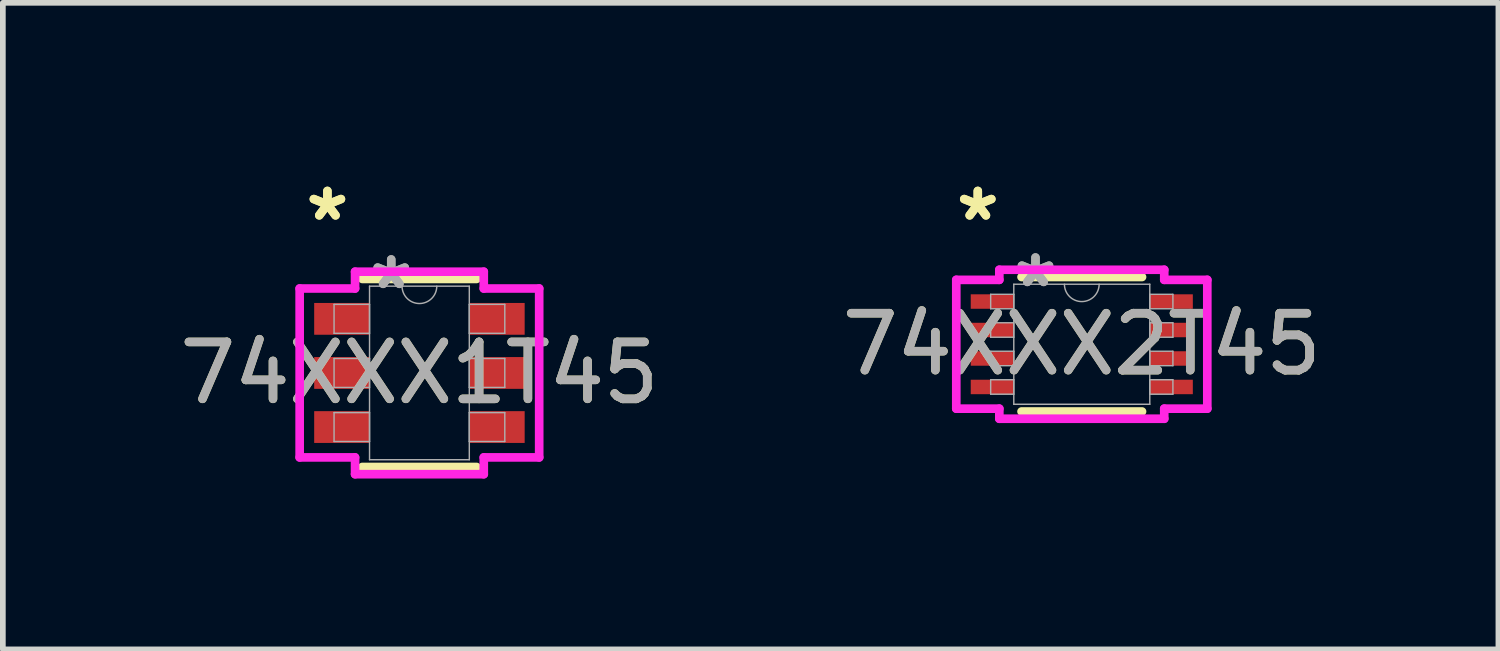
<source format=kicad_pcb>
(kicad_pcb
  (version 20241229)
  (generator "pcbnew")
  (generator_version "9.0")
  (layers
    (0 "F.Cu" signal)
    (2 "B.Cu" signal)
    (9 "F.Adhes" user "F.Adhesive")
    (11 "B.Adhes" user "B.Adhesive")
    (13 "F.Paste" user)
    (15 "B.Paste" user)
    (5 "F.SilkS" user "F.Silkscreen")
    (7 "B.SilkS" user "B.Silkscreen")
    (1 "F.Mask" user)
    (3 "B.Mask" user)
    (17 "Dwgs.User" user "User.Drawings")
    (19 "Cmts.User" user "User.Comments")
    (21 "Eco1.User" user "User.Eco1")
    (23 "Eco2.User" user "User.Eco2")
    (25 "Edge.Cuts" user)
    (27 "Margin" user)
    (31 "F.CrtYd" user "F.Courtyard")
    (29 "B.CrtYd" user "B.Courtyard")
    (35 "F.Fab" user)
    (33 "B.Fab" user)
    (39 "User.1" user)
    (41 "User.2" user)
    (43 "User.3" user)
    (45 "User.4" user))
  (footprint "74XXX1T45"
    (layer "F.Cu")
    (at 4.315 3.499)
    (property "Reference" "74XXX1T45" (at 0 0 0) (unlocked yes) (layer "F.SilkS") (effects (font (size 1 1) (thickness 0.15))))
    (attr smd)
    (fp_line (start -1.003 1.651) (end 1.003 1.651) (stroke (width 0.152) (type solid)) (layer "F.SilkS"))
    (fp_line (start 1.003 -1.651) (end -1.003 -1.651) (stroke (width 0.152) (type solid)) (layer "F.SilkS"))
    (fp_line (start -2.103 -1.483) (end -1.13 -1.483) (stroke (width 0.152) (type solid)) (layer "F.CrtYd"))
    (fp_line (start -2.103 1.483) (end -2.103 -1.483) (stroke (width 0.152) (type solid)) (layer "F.CrtYd"))
    (fp_line (start -2.103 1.483) (end -1.13 1.483) (stroke (width 0.152) (type solid)) (layer "F.CrtYd"))
    (fp_line (start -1.13 -1.778) (end 1.13 -1.778) (stroke (width 0.152) (type solid)) (layer "F.CrtYd"))
    (fp_line (start -1.13 -1.483) (end -1.13 -1.778) (stroke (width 0.152) (type solid)) (layer "F.CrtYd"))
    (fp_line (start -1.13 1.778) (end -1.13 1.483) (stroke (width 0.152) (type solid)) (layer "F.CrtYd"))
    (fp_line (start 1.13 -1.778) (end 1.13 -1.483) (stroke (width 0.152) (type solid)) (layer "F.CrtYd"))
    (fp_line (start 1.13 1.483) (end 1.13 1.778) (stroke (width 0.152) (type solid)) (layer "F.CrtYd"))
    (fp_line (start 1.13 1.778) (end -1.13 1.778) (stroke (width 0.152) (type solid)) (layer "F.CrtYd"))
    (fp_line (start 2.103 -1.483) (end 1.13 -1.483) (stroke (width 0.152) (type solid)) (layer "F.CrtYd"))
    (fp_line (start 2.103 -1.483) (end 2.103 1.483) (stroke (width 0.152) (type solid)) (layer "F.CrtYd"))
    (fp_line (start 2.103 1.483) (end 1.13 1.483) (stroke (width 0.152) (type solid)) (layer "F.CrtYd"))
    (fp_line (start -1.499 -1.204) (end -1.499 -0.696) (stroke (width 0.025) (type solid)) (layer "F.Fab"))
    (fp_line (start -1.499 -0.696) (end -0.876 -0.696) (stroke (width 0.025) (type solid)) (layer "F.Fab"))
    (fp_line (start -1.499 -0.254) (end -1.499 0.254) (stroke (width 0.025) (type solid)) (layer "F.Fab"))
    (fp_line (start -1.499 0.254) (end -0.876 0.254) (stroke (width 0.025) (type solid)) (layer "F.Fab"))
    (fp_line (start -1.499 0.696) (end -1.499 1.204) (stroke (width 0.025) (type solid)) (layer "F.Fab"))
    (fp_line (start -1.499 1.204) (end -0.876 1.204) (stroke (width 0.025) (type solid)) (layer "F.Fab"))
    (fp_line (start -0.876 -1.524) (end -0.876 1.524) (stroke (width 0.025) (type solid)) (layer "F.Fab"))
    (fp_line (start -0.876 -1.204) (end -1.499 -1.204) (stroke (width 0.025) (type solid)) (layer "F.Fab"))
    (fp_line (start -0.876 -0.696) (end -0.876 -1.204) (stroke (width 0.025) (type solid)) (layer "F.Fab"))
    (fp_line (start -0.876 -0.254) (end -1.499 -0.254) (stroke (width 0.025) (type solid)) (layer "F.Fab"))
    (fp_line (start -0.876 0.254) (end -0.876 -0.254) (stroke (width 0.025) (type solid)) (layer "F.Fab"))
    (fp_line (start -0.876 0.696) (end -1.499 0.696) (stroke (width 0.025) (type solid)) (layer "F.Fab"))
    (fp_line (start -0.876 1.204) (end -0.876 0.696) (stroke (width 0.025) (type solid)) (layer "F.Fab"))
    (fp_line (start -0.876 1.524) (end 0.876 1.524) (stroke (width 0.025) (type solid)) (layer "F.Fab"))
    (fp_line (start 0.876 -1.524) (end -0.876 -1.524) (stroke (width 0.025) (type solid)) (layer "F.Fab"))
    (fp_line (start 0.876 -1.204) (end 0.876 -0.696) (stroke (width 0.025) (type solid)) (layer "F.Fab"))
    (fp_line (start 0.876 -0.696) (end 1.499 -0.696) (stroke (width 0.025) (type solid)) (layer "F.Fab"))
    (fp_line (start 0.876 -0.254) (end 0.876 0.254) (stroke (width 0.025) (type solid)) (layer "F.Fab"))
    (fp_line (start 0.876 0.254) (end 1.499 0.254) (stroke (width 0.025) (type solid)) (layer "F.Fab"))
    (fp_line (start 0.876 0.696) (end 0.876 1.204) (stroke (width 0.025) (type solid)) (layer "F.Fab"))
    (fp_line (start 0.876 1.204) (end 1.499 1.204) (stroke (width 0.025) (type solid)) (layer "F.Fab"))
    (fp_line (start 0.876 1.524) (end 0.876 -1.524) (stroke (width 0.025) (type solid)) (layer "F.Fab"))
    (fp_line (start 1.499 -1.204) (end 0.876 -1.204) (stroke (width 0.025) (type solid)) (layer "F.Fab"))
    (fp_line (start 1.499 -0.696) (end 1.499 -1.204) (stroke (width 0.025) (type solid)) (layer "F.Fab"))
    (fp_line (start 1.499 -0.254) (end 0.876 -0.254) (stroke (width 0.025) (type solid)) (layer "F.Fab"))
    (fp_line (start 1.499 0.254) (end 1.499 -0.254) (stroke (width 0.025) (type solid)) (layer "F.Fab"))
    (fp_line (start 1.499 0.696) (end 0.876 0.696) (stroke (width 0.025) (type solid)) (layer "F.Fab"))
    (fp_line (start 1.499 1.204) (end 1.499 0.696) (stroke (width 0.025) (type solid)) (layer "F.Fab"))
    (fp_arc (start 0.3048 -1.524) (mid 0 -1.2192) (end -0.3048 -1.524) (stroke (width 0.0254) (type solid)) (layer "F.Fab"))
    (fp_text user "*" (at -1.616 -2.651 0) (layer "F.SilkS") (effects (font (size 1 1) (thickness 0.15))))
    (fp_text user "*" (at -1.616 -2.651 0) (unlocked yes) (layer "F.SilkS") (effects (font (size 1 1) (thickness 0.15))))
    (fp_text user "*" (at -0.495 -1.448 0) (unlocked yes) (layer "F.Fab") (effects (font (size 1 1) (thickness 0.15))))
    (fp_text user "*" (at -0.495 -1.448 0) (layer "F.Fab") (effects (font (size 1 1) (thickness 0.15))))
    (fp_text user "${REFERENCE}" (at 0 0 0) (unlocked yes) (layer "F.Fab") (effects (font (size 1 1) (thickness 0.15))))
    (pad "1" smd rect (at -1.362 -0.95) (size 0.972 0.558) (layers "F.Cu" "F.Mask" "F.Paste"))
    (pad "2" smd rect (at -1.362 0) (size 0.972 0.558) (layers "F.Cu" "F.Mask" "F.Paste"))
    (pad "3" smd rect (at -1.362 0.95) (size 0.972 0.558) (layers "F.Cu" "F.Mask" "F.Paste"))
    (pad "4" smd rect (at 1.362 0.95) (size 0.972 0.558) (layers "F.Cu" "F.Mask" "F.Paste"))
    (pad "5" smd rect (at 1.362 0) (size 0.972 0.558) (layers "F.Cu" "F.Mask" "F.Paste"))
    (pad "6" smd rect (at 1.362 -0.95) (size 0.972 0.558) (layers "F.Cu" "F.Mask" "F.Paste")))
  (footprint "74XXX2T45"
    (layer "F.Cu")
    (at 15.946 2.995)
    (property "Reference" "74XXX2T45" (at 0 0 0) (unlocked yes) (layer "F.SilkS") (effects (font (size 1 1) (thickness 0.15))))
    (attr smd)
    (fp_line (start -1.058 1.181) (end 1.058 1.181) (stroke (width 0.152) (type solid)) (layer "F.SilkS"))
    (fp_line (start 1.058 -1.181) (end -1.058 -1.181) (stroke (width 0.152) (type solid)) (layer "F.SilkS"))
    (fp_line (start -2.204 -1.131) (end -1.448 -1.131) (stroke (width 0.152) (type solid)) (layer "F.CrtYd"))
    (fp_line (start -2.204 1.131) (end -2.204 -1.131) (stroke (width 0.152) (type solid)) (layer "F.CrtYd"))
    (fp_line (start -2.204 1.131) (end -1.448 1.131) (stroke (width 0.152) (type solid)) (layer "F.CrtYd"))
    (fp_line (start -1.448 -1.308) (end 1.448 -1.308) (stroke (width 0.152) (type solid)) (layer "F.CrtYd"))
    (fp_line (start -1.448 -1.131) (end -1.448 -1.308) (stroke (width 0.152) (type solid)) (layer "F.CrtYd"))
    (fp_line (start -1.448 1.308) (end -1.448 1.131) (stroke (width 0.152) (type solid)) (layer "F.CrtYd"))
    (fp_line (start 1.448 -1.308) (end 1.448 -1.131) (stroke (width 0.152) (type solid)) (layer "F.CrtYd"))
    (fp_line (start 1.448 1.131) (end 1.448 1.308) (stroke (width 0.152) (type solid)) (layer "F.CrtYd"))
    (fp_line (start 1.448 1.308) (end -1.448 1.308) (stroke (width 0.152) (type solid)) (layer "F.CrtYd"))
    (fp_line (start 2.204 -1.131) (end 1.448 -1.131) (stroke (width 0.152) (type solid)) (layer "F.CrtYd"))
    (fp_line (start 2.204 -1.131) (end 2.204 1.131) (stroke (width 0.152) (type solid)) (layer "F.CrtYd"))
    (fp_line (start 2.204 1.131) (end 1.448 1.131) (stroke (width 0.152) (type solid)) (layer "F.CrtYd"))
    (fp_line (start -1.6 -0.877) (end -1.6 -0.623) (stroke (width 0.025) (type solid)) (layer "F.Fab"))
    (fp_line (start -1.6 -0.623) (end -1.194 -0.623) (stroke (width 0.025) (type solid)) (layer "F.Fab"))
    (fp_line (start -1.6 -0.377) (end -1.6 -0.123) (stroke (width 0.025) (type solid)) (layer "F.Fab"))
    (fp_line (start -1.6 -0.123) (end -1.194 -0.123) (stroke (width 0.025) (type solid)) (layer "F.Fab"))
    (fp_line (start -1.6 0.123) (end -1.6 0.377) (stroke (width 0.025) (type solid)) (layer "F.Fab"))
    (fp_line (start -1.6 0.377) (end -1.194 0.377) (stroke (width 0.025) (type solid)) (layer "F.Fab"))
    (fp_line (start -1.6 0.623) (end -1.6 0.877) (stroke (width 0.025) (type solid)) (layer "F.Fab"))
    (fp_line (start -1.6 0.877) (end -1.194 0.877) (stroke (width 0.025) (type solid)) (layer "F.Fab"))
    (fp_line (start -1.194 -1.054) (end -1.194 1.054) (stroke (width 0.025) (type solid)) (layer "F.Fab"))
    (fp_line (start -1.194 -0.877) (end -1.6 -0.877) (stroke (width 0.025) (type solid)) (layer "F.Fab"))
    (fp_line (start -1.194 -0.623) (end -1.194 -0.877) (stroke (width 0.025) (type solid)) (layer "F.Fab"))
    (fp_line (start -1.194 -0.377) (end -1.6 -0.377) (stroke (width 0.025) (type solid)) (layer "F.Fab"))
    (fp_line (start -1.194 -0.123) (end -1.194 -0.377) (stroke (width 0.025) (type solid)) (layer "F.Fab"))
    (fp_line (start -1.194 0.123) (end -1.6 0.123) (stroke (width 0.025) (type solid)) (layer "F.Fab"))
    (fp_line (start -1.194 0.377) (end -1.194 0.123) (stroke (width 0.025) (type solid)) (layer "F.Fab"))
    (fp_line (start -1.194 0.623) (end -1.6 0.623) (stroke (width 0.025) (type solid)) (layer "F.Fab"))
    (fp_line (start -1.194 0.877) (end -1.194 0.623) (stroke (width 0.025) (type solid)) (layer "F.Fab"))
    (fp_line (start -1.194 1.054) (end 1.194 1.054) (stroke (width 0.025) (type solid)) (layer "F.Fab"))
    (fp_line (start 1.194 -1.054) (end -1.194 -1.054) (stroke (width 0.025) (type solid)) (layer "F.Fab"))
    (fp_line (start 1.194 -0.877) (end 1.194 -0.623) (stroke (width 0.025) (type solid)) (layer "F.Fab"))
    (fp_line (start 1.194 -0.623) (end 1.6 -0.623) (stroke (width 0.025) (type solid)) (layer "F.Fab"))
    (fp_line (start 1.194 -0.377) (end 1.194 -0.123) (stroke (width 0.025) (type solid)) (layer "F.Fab"))
    (fp_line (start 1.194 -0.123) (end 1.6 -0.123) (stroke (width 0.025) (type solid)) (layer "F.Fab"))
    (fp_line (start 1.194 0.123) (end 1.194 0.377) (stroke (width 0.025) (type solid)) (layer "F.Fab"))
    (fp_line (start 1.194 0.377) (end 1.6 0.377) (stroke (width 0.025) (type solid)) (layer "F.Fab"))
    (fp_line (start 1.194 0.623) (end 1.194 0.877) (stroke (width 0.025) (type solid)) (layer "F.Fab"))
    (fp_line (start 1.194 0.877) (end 1.6 0.877) (stroke (width 0.025) (type solid)) (layer "F.Fab"))
    (fp_line (start 1.194 1.054) (end 1.194 -1.054) (stroke (width 0.025) (type solid)) (layer "F.Fab"))
    (fp_line (start 1.6 -0.877) (end 1.194 -0.877) (stroke (width 0.025) (type solid)) (layer "F.Fab"))
    (fp_line (start 1.6 -0.623) (end 1.6 -0.877) (stroke (width 0.025) (type solid)) (layer "F.Fab"))
    (fp_line (start 1.6 -0.377) (end 1.194 -0.377) (stroke (width 0.025) (type solid)) (layer "F.Fab"))
    (fp_line (start 1.6 -0.123) (end 1.6 -0.377) (stroke (width 0.025) (type solid)) (layer "F.Fab"))
    (fp_line (start 1.6 0.123) (end 1.194 0.123) (stroke (width 0.025) (type solid)) (layer "F.Fab"))
    (fp_line (start 1.6 0.377) (end 1.6 0.123) (stroke (width 0.025) (type solid)) (layer "F.Fab"))
    (fp_line (start 1.6 0.623) (end 1.194 0.623) (stroke (width 0.025) (type solid)) (layer "F.Fab"))
    (fp_line (start 1.6 0.877) (end 1.6 0.623) (stroke (width 0.025) (type solid)) (layer "F.Fab"))
    (fp_arc (start 0.3048 -1.0541) (mid 0 -0.7493) (end -0.3048 -1.0541) (stroke (width 0.0254) (type solid)) (layer "F.Fab"))
    (fp_text user "*" (at -1.826 -2.147 0) (unlocked yes) (layer "F.SilkS") (effects (font (size 1 1) (thickness 0.15))))
    (fp_text user "*" (at -1.826 -2.147 0) (layer "F.SilkS") (effects (font (size 1 1) (thickness 0.15))))
    (fp_text user "*" (at -0.813 -0.978 0) (unlocked yes) (layer "F.Fab") (effects (font (size 1 1) (thickness 0.15))))
    (fp_text user "*" (at -0.813 -0.978 0) (layer "F.Fab") (effects (font (size 1 1) (thickness 0.15))))
    (fp_text user "${REFERENCE}" (at 0 0 0) (unlocked yes) (layer "F.Fab") (effects (font (size 1 1) (thickness 0.15))))
    (pad "1" smd rect (at -1.572 -0.75) (size 0.756 0.254) (layers "F.Cu" "F.Mask" "F.Paste"))
    (pad "2" smd rect (at -1.572 -0.25) (size 0.756 0.254) (layers "F.Cu" "F.Mask" "F.Paste"))
    (pad "3" smd rect (at -1.572 0.25) (size 0.756 0.254) (layers "F.Cu" "F.Mask" "F.Paste"))
    (pad "4" smd rect (at -1.572 0.75) (size 0.756 0.254) (layers "F.Cu" "F.Mask" "F.Paste"))
    (pad "5" smd rect (at 1.572 0.75) (size 0.756 0.254) (layers "F.Cu" "F.Mask" "F.Paste"))
    (pad "6" smd rect (at 1.572 0.25) (size 0.756 0.254) (layers "F.Cu" "F.Mask" "F.Paste"))
    (pad "7" smd rect (at 1.572 -0.25) (size 0.756 0.254) (layers "F.Cu" "F.Mask" "F.Paste"))
    (pad "8" smd rect (at 1.572 -0.75) (size 0.756 0.254) (layers "F.Cu" "F.Mask" "F.Paste")))
  (gr_rect
    (start -3 -3)
    (end 23.262 8.353)
    (stroke (width 0.1) (type default))
    (fill no)
    (layer "Edge.Cuts")))
</source>
